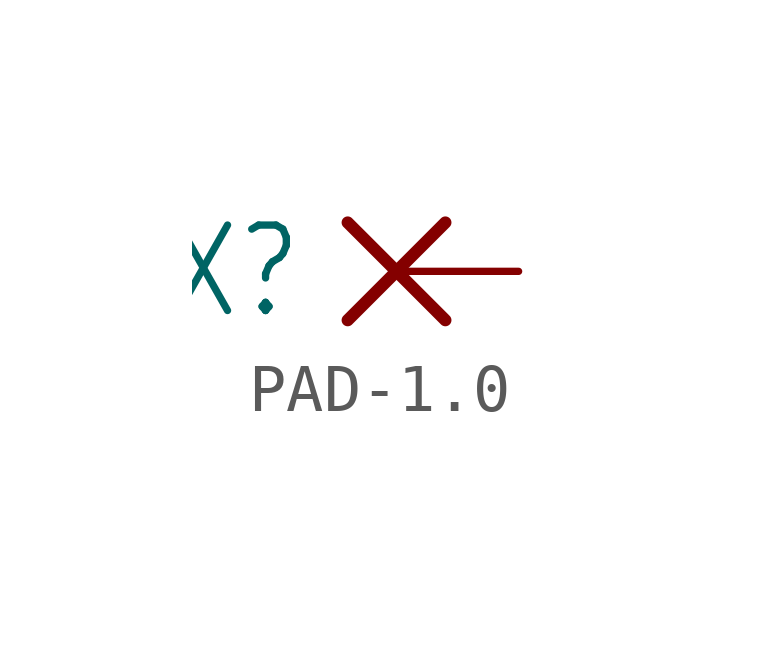
<source format=kicad_sym>
(kicad_symbol_lib
  (version 20231120)
  (generator "kicad_symbol_editor")
  (generator_version "8.0")
  (symbol "PAD-1.0"
    (property "Reference" "X"
      (at -1.905 0 0)
      (effects (font (size 1.778 1.511)) (justify right)))
    (property "ki_locked" ""
      (at 0 0 0)
      (effects (font (size 1.27 1.27))))
    (symbol "PAD-1.0_1_0"
      (polyline (pts (xy -1.016 -1.016) (xy 1.016 1.016)) (stroke (width 0.254) (type solid)) (fill (type none)))
      (polyline (pts (xy -1.016 1.016) (xy 1.016 -1.016)) (stroke (width 0.254) (type solid)) (fill (type none)))
      (pin passive line (at 2.54 0 180) (length 2.54) (name "P" (effects (font (size 0 0)))) (number "1" (effects (font (size 0 0))))))))
</source>
